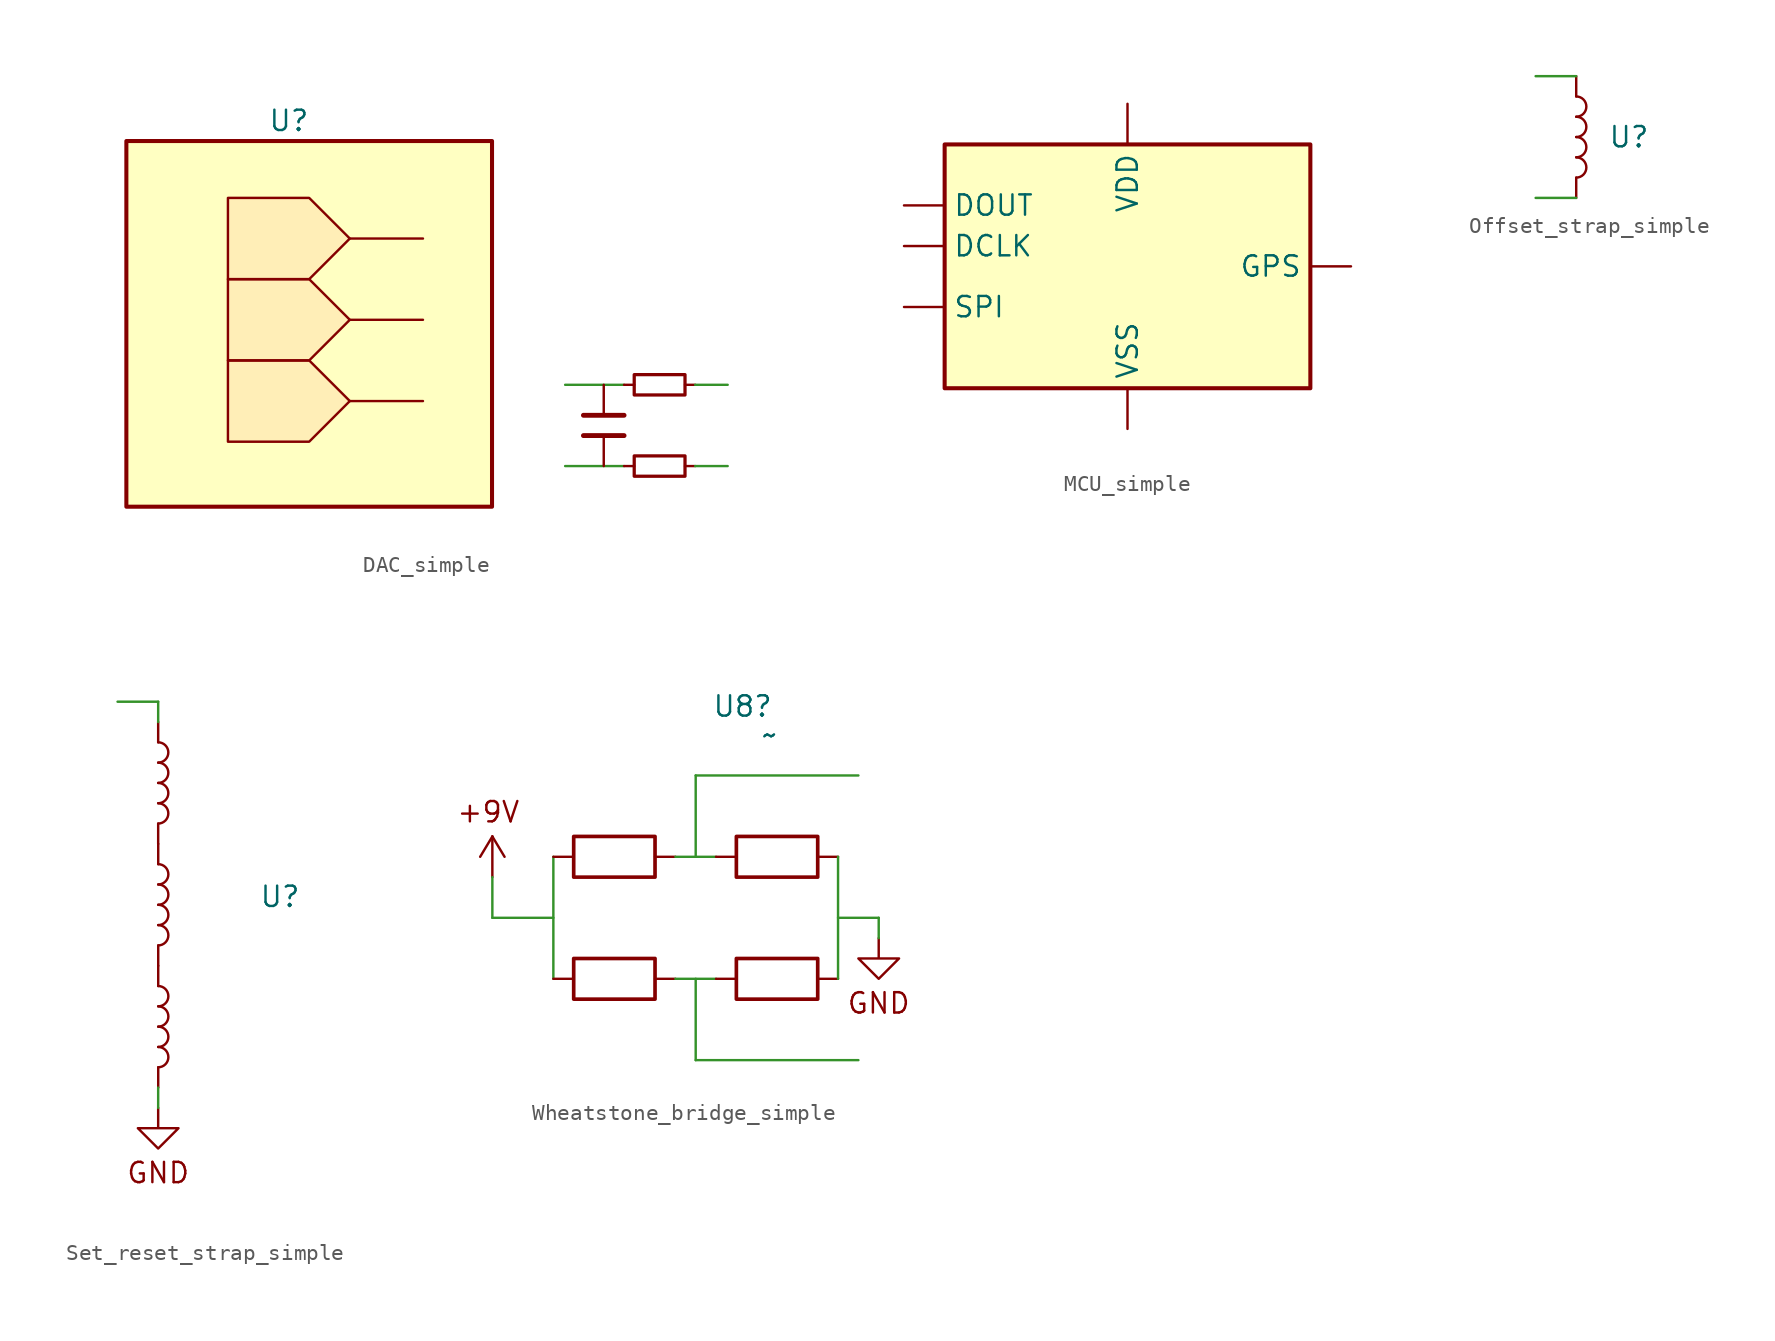
<source format=kicad_sym>
(kicad_symbol_lib
  (version 20241209)
  (generator "kicad_symbol_editor")
  (generator_version "9.0")
  (symbol "DAC_simple"
    (pin_numbers
      (hide yes))
    (pin_names
      (offset 0)
      (hide yes))
    (property "Reference" "U"
      (at 1.27 12.7 0)
      (effects (font (size 1.27 1.27))))
    (property "Value" ""
      (at 0 0 0)
      (effects (font (size 1.27 1.27))))
    (symbol "DAC_simple_1_1"
      (rectangle (start -8.89 11.43) (end 13.97 -11.43) (stroke (width 0.254) (type solid)) (fill (type background)))
      (polyline (pts (xy 2.54 2.794) (xy -2.54 2.794) (xy -2.54 7.874) (xy 2.54 7.874) (xy 5.08 5.334) (xy 2.54 2.794)) (stroke (width 0.152) (type solid)) (fill (type color) (color 255 195 154 0.27)))
      (polyline (pts (xy 2.54 -2.286) (xy -2.54 -2.286) (xy -2.54 2.794) (xy 2.54 2.794) (xy 5.08 0.254) (xy 2.54 -2.286)) (stroke (width 0.152) (type solid)) (fill (type color) (color 255 195 154 0.27)))
      (polyline (pts (xy 2.54 -7.366) (xy -2.54 -7.366) (xy -2.54 -2.286) (xy 2.54 -2.286) (xy 5.08 -4.826) (xy 2.54 -7.366)) (stroke (width 0.152) (type solid)) (fill (type color) (color 255 195 154 0.27)))
      (polyline (pts (xy 5.08 5.334) (xy 9.652 5.334)) (stroke (width 0) (type default)) (fill (type none)))
      (polyline (pts (xy 5.08 0.254) (xy 9.652 0.254)) (stroke (width 0) (type default)) (fill (type none)))
      (polyline (pts (xy 5.08 -4.826) (xy 9.652 -4.826)) (stroke (width 0) (type default)) (fill (type none)))
      (polyline (pts (xy 18.542 -3.81) (xy 22.225 -3.81)) (stroke (width 0) (type solid) (color 53 146 42 1)) (fill (type none)))
      (polyline (pts (xy 18.542 -8.89) (xy 22.225 -8.89)) (stroke (width 0) (type solid) (color 53 146 42 1)) (fill (type none)))
      (polyline (pts (xy 20.955 -5.715) (xy 20.955 -3.81)) (stroke (width 0) (type default)) (fill (type none)))
      (polyline (pts (xy 20.955 -8.89) (xy 20.955 -6.985)) (stroke (width 0) (type default)) (fill (type none)))
      (polyline (pts (xy 22.225 -5.715) (xy 19.685 -5.715)) (stroke (width 0.305) (type solid)) (fill (type none)))
      (polyline (pts (xy 22.225 -6.985) (xy 19.685 -6.985)) (stroke (width 0.305) (type solid)) (fill (type none)))
      (polyline (pts (xy 22.86 -3.81) (xy 22.225 -3.81)) (stroke (width 0) (type default)) (fill (type none)))
      (polyline (pts (xy 22.86 -8.89) (xy 22.225 -8.89)) (stroke (width 0) (type default)) (fill (type none)))
      (rectangle (start 26.035 -4.445) (end 22.86 -3.175) (stroke (width 0.203) (type solid)) (fill (type none)))
      (rectangle (start 26.035 -9.525) (end 22.86 -8.255) (stroke (width 0.203) (type solid)) (fill (type none)))
      (polyline (pts (xy 26.67 -3.81) (xy 26.035 -3.81)) (stroke (width 0) (type default)) (fill (type none)))
      (polyline (pts (xy 26.67 -3.81) (xy 28.702 -3.81)) (stroke (width 0) (type solid) (color 53 146 42 1)) (fill (type none)))
      (polyline (pts (xy 26.67 -8.89) (xy 26.035 -8.89)) (stroke (width 0) (type default)) (fill (type none)))
      (polyline (pts (xy 26.67 -8.89) (xy 28.702 -8.89)) (stroke (width 0) (type solid) (color 53 146 42 1)) (fill (type none)))))
  (symbol "MCU_simple"
    (pin_numbers
      (hide yes))
    (property "Reference" "MCU"
      (at 7.874 -10.16 0)
      (effects (font (size 1.27 1.27)) (hide yes)))
    (property "Value" ""
      (at -2.54 0 0)
      (effects (font (size 1.27 1.27))))
    (symbol "MCU_simple_1_1"
      (rectangle (start -11.43 7.62) (end 11.43 -7.62) (stroke (width 0.254) (type solid)) (fill (type background)))
      (pin tri_state line (at -13.97 3.81 0) (length 2.54) (name "DOUT" (effects (font (size 1.27 1.27)))) (number "" (effects (font (size 1.27 1.27)))))
      (pin tri_state line (at -13.97 1.27 0) (length 2.54) (name "DCLK" (effects (font (size 1.27 1.27)))) (number "" (effects (font (size 1.27 1.27)))))
      (pin tri_state line (at -13.97 -2.54 0) (length 2.54) (name "SPI" (effects (font (size 1.27 1.27)))) (number "" (effects (font (size 1.27 1.27)))))
      (pin power_in line (at 0 10.16 270) (length 2.54) (name "VDD" (effects (font (size 1.27 1.27)))) (number "1" (effects (font (size 1.27 1.27)))))
      (pin power_out line (at 0 -10.16 90) (length 2.54) (name "VSS" (effects (font (size 1.27 1.27)))) (number "" (effects (font (size 1.27 1.27)))))
      (pin tri_state line (at 13.97 0 180) (length 2.54) (name "GPS" (effects (font (size 1.27 1.27)))) (number "" (effects (font (size 1.27 1.27)))))))
  (symbol "Offset_strap_simple"
    (pin_numbers
      (hide yes))
    (pin_names
      (offset 0)
      (hide yes))
    (property "Reference" "U"
      (at 3.302 0 0)
      (effects (font (size 1.27 1.27))))
    (property "Value" ""
      (at 0 0 0)
      (effects (font (size 1.27 1.27))))
    (symbol "Offset_strap_simple_0_1"
      (arc (start 0 2.54) (mid 0.6323 1.905) (end 0 1.27) (stroke (width 0) (type default)) (fill (type none)))
      (arc (start 0 1.27) (mid 0.6323 0.635) (end 0 0) (stroke (width 0) (type default)) (fill (type none)))
      (arc (start 0 0) (mid 0.6323 -0.635) (end 0 -1.27) (stroke (width 0) (type default)) (fill (type none)))
      (arc (start 0 -1.27) (mid 0.6323 -1.905) (end 0 -2.54) (stroke (width 0) (type default)) (fill (type none)))
      (polyline (pts (xy 0 2.54) (xy 0 3.81)) (stroke (width 0) (type default)) (fill (type none)))
      (polyline (pts (xy 0 -2.54) (xy 0 -3.81)) (stroke (width 0) (type default)) (fill (type none))))
    (symbol "Offset_strap_simple_1_1"
      (polyline (pts (xy -2.54 3.81) (xy 0 3.81)) (stroke (width 0) (type solid) (color 53 146 42 1)) (fill (type none)))
      (polyline (pts (xy -2.54 -3.81) (xy 0 -3.81)) (stroke (width 0) (type solid) (color 53 146 42 1)) (fill (type none)))))
  (symbol "Set_reset_strap_simple"
    (pin_numbers
      (hide yes))
    (pin_names
      (offset 0)
      (hide yes))
    (property "Reference" "U"
      (at 7.62 0.508 0)
      (effects (font (size 1.27 1.27))))
    (property "Value" ""
      (at 0 0 0)
      (effects (font (size 1.27 1.27))))
    (symbol "Set_reset_strap_simple_0_1"
      (arc (start 0 10.16) (mid 0.6323 9.525) (end 0 8.89) (stroke (width 0) (type default)) (fill (type none)))
      (arc (start 0 8.89) (mid 0.6323 8.255) (end 0 7.62) (stroke (width 0) (type default)) (fill (type none)))
      (arc (start 0 7.62) (mid 0.6323 6.985) (end 0 6.35) (stroke (width 0) (type default)) (fill (type none)))
      (arc (start 0 6.35) (mid 0.6323 5.715) (end 0 5.08) (stroke (width 0) (type default)) (fill (type none)))
      (polyline (pts (xy 0 10.16) (xy 0 11.43) (xy 0 10.16)) (stroke (width 0) (type default)) (fill (type none)))
      (polyline (pts (xy 0 5.08) (xy 0 3.81)) (stroke (width 0) (type default)) (fill (type none)))
      (arc (start 0.0027 2.54) (mid 0.635 1.905) (end 0.0027 1.27) (stroke (width 0) (type default)) (fill (type none)))
      (arc (start 0.0027 1.27) (mid 0.635 0.635) (end 0.0027 0) (stroke (width 0) (type default)) (fill (type none)))
      (arc (start 0.0027 0) (mid 0.635 -0.635) (end 0.0027 -1.27) (stroke (width 0) (type default)) (fill (type none)))
      (arc (start 0.0027 -1.27) (mid 0.635 -1.905) (end 0.0027 -2.54) (stroke (width 0) (type default)) (fill (type none)))
      (arc (start 0.0027 -5.08) (mid 0.635 -5.715) (end 0.0027 -6.35) (stroke (width 0) (type default)) (fill (type none)))
      (arc (start 0.0027 -6.35) (mid 0.635 -6.985) (end 0.0027 -7.62) (stroke (width 0) (type default)) (fill (type none)))
      (arc (start 0.0027 -7.62) (mid 0.635 -8.255) (end 0.0027 -8.89) (stroke (width 0) (type default)) (fill (type none)))
      (arc (start 0.0027 -8.89) (mid 0.635 -9.525) (end 0.0027 -10.16) (stroke (width 0) (type default)) (fill (type none)))
      (polyline (pts (xy 0 -12.7) (xy 0 -13.97) (xy 1.27 -13.97) (xy 0 -15.24) (xy -1.27 -13.97) (xy 0 -13.97)) (stroke (width 0) (type default)) (fill (type none)))
      (polyline (pts (xy 0.003 2.54) (xy 0.003 3.81) (xy 0.003 2.54)) (stroke (width 0) (type default)) (fill (type none)))
      (polyline (pts (xy 0.003 -2.54) (xy 0.003 -3.81)) (stroke (width 0) (type default)) (fill (type none)))
      (polyline (pts (xy 0.003 -5.08) (xy 0.003 -3.81) (xy 0.003 -5.08)) (stroke (width 0) (type default)) (fill (type none)))
      (polyline (pts (xy 0.003 -10.16) (xy 0.003 -11.43)) (stroke (width 0) (type default)) (fill (type none))))
    (symbol "Set_reset_strap_simple_1_1"
      (polyline (pts (xy -2.54 12.7) (xy 0 12.7)) (stroke (width 0) (type solid) (color 53 146 42 1)) (fill (type none)))
      (polyline (pts (xy 0 11.43) (xy 0 12.7)) (stroke (width 0) (type solid) (color 53 146 42 1)) (fill (type none)))
      (polyline (pts (xy 0 -12.7) (xy 0 -11.43)) (stroke (width 0) (type solid) (color 53 146 42 1)) (fill (type none)))
      (text "GND" (at 0 -16.764 0) (effects (font (size 1.27 1.27))))))
  (symbol "Wheatstone_bridge_simple"
    (pin_numbers
      (hide yes))
    (pin_names
      (offset 0)
      (hide yes))
    (property "Reference" "U8"
      (at 1.016 13.208 0)
      (effects (font (size 1.27 1.27)) (justify left)))
    (property "Value" "~"
      (at 4.064 11.43 0)
      (effects (font (size 1.27 1.27)) (justify left)))
    (symbol "Wheatstone_bridge_simple_0_1"
      (polyline (pts (xy -13.462 3.81) (xy -12.7 5.08)) (stroke (width 0) (type default)) (fill (type none)))
      (polyline (pts (xy -12.7 5.08) (xy -11.938 3.81)) (stroke (width 0) (type default)) (fill (type none)))
      (polyline (pts (xy -12.7 2.54) (xy -12.7 5.08)) (stroke (width 0) (type default)) (fill (type none)))
      (polyline (pts (xy 11.43 -1.27) (xy 11.43 -2.54) (xy 12.7 -2.54) (xy 11.43 -3.81) (xy 10.16 -2.54) (xy 11.43 -2.54)) (stroke (width 0) (type default)) (fill (type none))))
    (symbol "Wheatstone_bridge_simple_1_1"
      (polyline (pts (xy -12.7 2.54) (xy -12.7 0)) (stroke (width 0) (type solid) (color 53 146 42 1)) (fill (type none)))
      (polyline (pts (xy -12.7 0) (xy -8.89 0)) (stroke (width 0) (type solid) (color 53 146 42 1)) (fill (type none)))
      (polyline (pts (xy -8.89 3.81) (xy -8.89 -3.81)) (stroke (width 0) (type solid) (color 53 146 42 1)) (fill (type none)))
      (polyline (pts (xy -8.89 -3.81) (xy -7.62 -3.81)) (stroke (width 0) (type default)) (fill (type none)))
      (rectangle (start -7.62 5.08) (end -2.54 2.54) (stroke (width 0.229) (type solid)) (fill (type none)))
      (polyline (pts (xy -7.62 3.81) (xy -8.89 3.81)) (stroke (width 0) (type default)) (fill (type none)))
      (rectangle (start -7.62 -2.54) (end -2.54 -5.08) (stroke (width 0.229) (type solid)) (fill (type none)))
      (polyline (pts (xy -2.54 3.81) (xy -1.27 3.81)) (stroke (width 0) (type default)) (fill (type none)))
      (polyline (pts (xy -2.54 -3.81) (xy -1.27 -3.81)) (stroke (width 0) (type default)) (fill (type none)))
      (polyline (pts (xy -1.27 3.81) (xy 1.27 3.81)) (stroke (width 0) (type solid) (color 53 146 42 1)) (fill (type none)))
      (polyline (pts (xy -1.27 -3.81) (xy 1.27 -3.81)) (stroke (width 0) (type solid) (color 53 146 42 1)) (fill (type none)))
      (polyline (pts (xy 0 8.89) (xy 10.16 8.89)) (stroke (width 0) (type solid) (color 53 146 42 1)) (fill (type none)))
      (polyline (pts (xy 0 3.81) (xy 0 8.89)) (stroke (width 0) (type solid) (color 53 146 42 1)) (fill (type none)))
      (polyline (pts (xy 0 -8.89) (xy 0 -3.81)) (stroke (width 0) (type solid) (color 53 146 42 1)) (fill (type none)))
      (polyline (pts (xy 0 -8.89) (xy 10.16 -8.89)) (stroke (width 0) (type solid) (color 53 146 42 1)) (fill (type none)))
      (polyline (pts (xy 1.27 3.81) (xy 2.54 3.81)) (stroke (width 0) (type default)) (fill (type none)))
      (polyline (pts (xy 1.27 -3.81) (xy 2.54 -3.81)) (stroke (width 0) (type default)) (fill (type none)))
      (rectangle (start 2.54 5.08) (end 7.62 2.54) (stroke (width 0.229) (type solid)) (fill (type none)))
      (rectangle (start 2.54 -2.54) (end 7.62 -5.08) (stroke (width 0.229) (type solid)) (fill (type none)))
      (polyline (pts (xy 7.62 3.81) (xy 8.89 3.81)) (stroke (width 0) (type default)) (fill (type none)))
      (polyline (pts (xy 7.62 -3.81) (xy 8.89 -3.81)) (stroke (width 0) (type default)) (fill (type none)))
      (polyline (pts (xy 8.89 3.81) (xy 8.89 -3.81)) (stroke (width 0) (type solid) (color 53 146 42 1)) (fill (type none)))
      (polyline (pts (xy 8.89 0) (xy 11.43 0)) (stroke (width 0) (type solid) (color 53 146 42 1)) (fill (type none)))
      (polyline (pts (xy 11.43 -1.27) (xy 11.43 0)) (stroke (width 0) (type solid) (color 53 146 42 1)) (fill (type none)))
      (text "+9V" (at -12.954 6.604 0) (effects (font (size 1.27 1.27))))
      (text "GND" (at 11.43 -5.334 0) (effects (font (size 1.27 1.27)))))))
</source>
